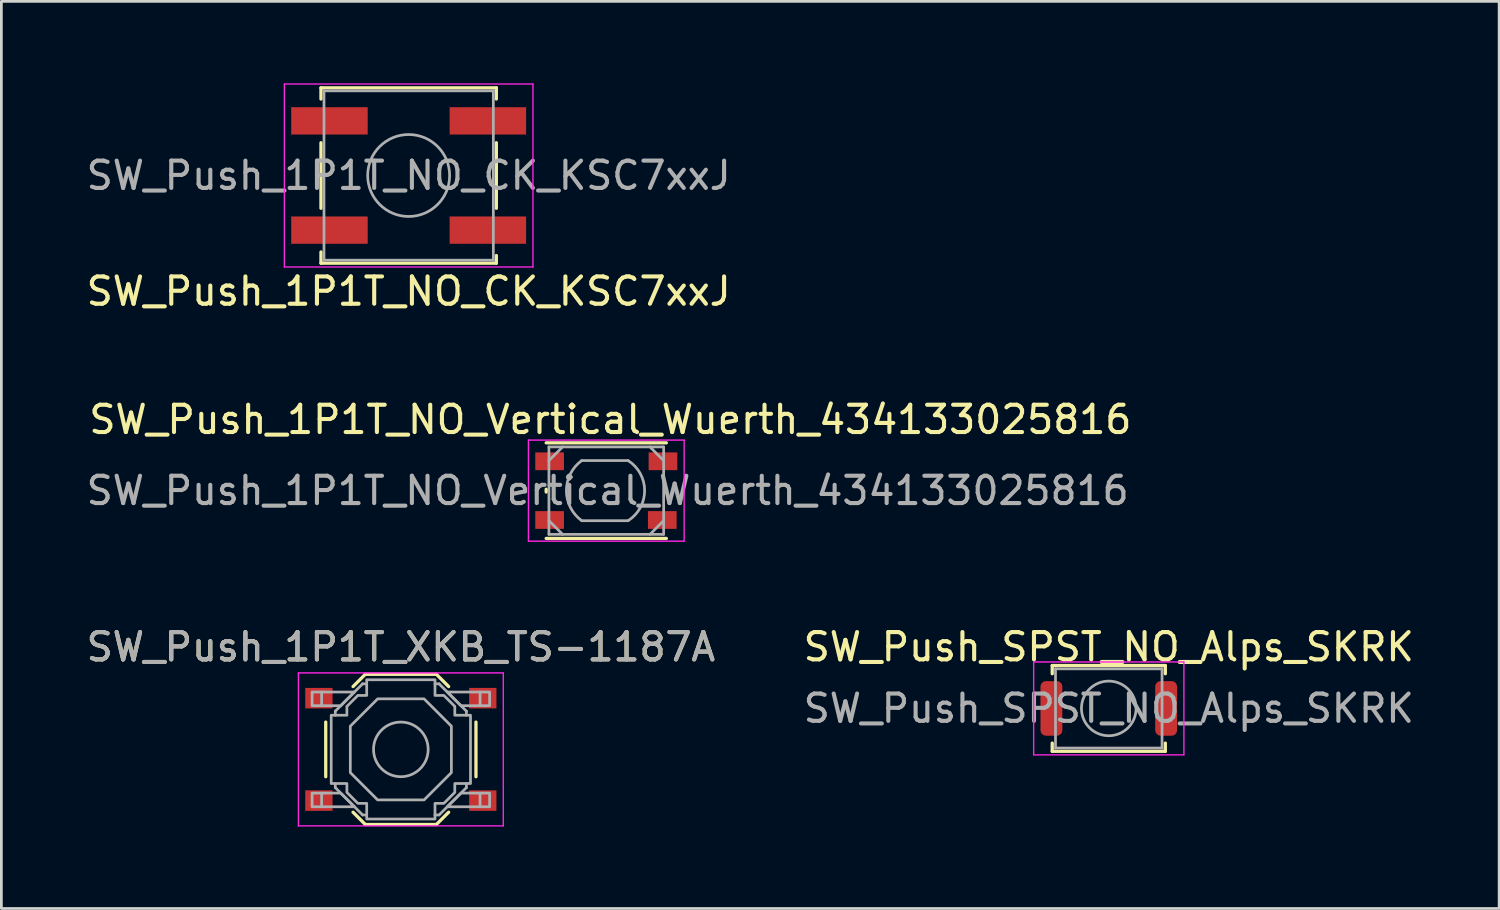
<source format=kicad_pcb>
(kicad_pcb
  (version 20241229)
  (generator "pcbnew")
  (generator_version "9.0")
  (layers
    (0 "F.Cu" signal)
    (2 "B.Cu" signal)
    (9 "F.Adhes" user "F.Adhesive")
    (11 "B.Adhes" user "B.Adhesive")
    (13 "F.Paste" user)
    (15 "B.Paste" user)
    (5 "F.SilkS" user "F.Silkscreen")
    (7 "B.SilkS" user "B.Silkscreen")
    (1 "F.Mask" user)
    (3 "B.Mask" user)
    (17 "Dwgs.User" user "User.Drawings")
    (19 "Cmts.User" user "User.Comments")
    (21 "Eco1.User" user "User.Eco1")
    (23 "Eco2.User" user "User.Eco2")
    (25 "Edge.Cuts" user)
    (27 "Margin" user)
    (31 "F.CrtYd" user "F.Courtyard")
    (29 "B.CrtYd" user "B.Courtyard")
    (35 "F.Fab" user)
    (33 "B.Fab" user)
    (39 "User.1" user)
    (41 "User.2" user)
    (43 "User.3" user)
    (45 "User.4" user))
  (footprint "SW_Push_SPST_NO_Alps_SKRK"
    (layer "F.Cu")
    (at 37.542 22.885)
    (property "Reference" "SW_Push_SPST_NO_Alps_SKRK" (at 0 -2.25 0) (layer "F.SilkS") (effects (font (size 1 1) (thickness 0.15))))
    (attr smd)
    (fp_line (start -2.07 -1.57) (end 2.07 -1.57) (stroke (width 0.12) (type solid)) (layer "F.SilkS"))
    (fp_line (start -2.07 -1.27) (end -2.07 -1.57) (stroke (width 0.12) (type solid)) (layer "F.SilkS"))
    (fp_line (start -2.07 1.57) (end -2.07 1.27) (stroke (width 0.12) (type solid)) (layer "F.SilkS"))
    (fp_line (start 2.07 -1.57) (end 2.07 -1.27) (stroke (width 0.12) (type solid)) (layer "F.SilkS"))
    (fp_line (start 2.07 1.27) (end 2.07 1.57) (stroke (width 0.12) (type solid)) (layer "F.SilkS"))
    (fp_line (start 2.07 1.57) (end -2.07 1.57) (stroke (width 0.12) (type solid)) (layer "F.SilkS"))
    (fp_line (start -2.75 -1.7) (end 2.75 -1.7) (stroke (width 0.05) (type solid)) (layer "F.CrtYd"))
    (fp_line (start -2.75 1.7) (end -2.75 -1.7) (stroke (width 0.05) (type solid)) (layer "F.CrtYd"))
    (fp_line (start 2.75 -1.7) (end 2.75 1.7) (stroke (width 0.05) (type solid)) (layer "F.CrtYd"))
    (fp_line (start 2.75 1.7) (end -2.75 1.7) (stroke (width 0.05) (type solid)) (layer "F.CrtYd"))
    (fp_line (start -1.95 -1.45) (end 1.95 -1.45) (stroke (width 0.1) (type solid)) (layer "F.Fab"))
    (fp_line (start -1.95 1.45) (end -1.95 -1.45) (stroke (width 0.1) (type solid)) (layer "F.Fab"))
    (fp_line (start 1.95 -1.45) (end 1.95 1.45) (stroke (width 0.1) (type solid)) (layer "F.Fab"))
    (fp_line (start 1.95 1.45) (end -1.95 1.45) (stroke (width 0.1) (type solid)) (layer "F.Fab"))
    (fp_circle (center 0 0) (end 1 0) (stroke (width 0.1) (type solid)) (fill no) (layer "F.Fab"))
    (fp_text user "${REFERENCE}" (at 0 0 0) (layer "F.Fab") (effects (font (size 1 1) (thickness 0.15))))
    (pad "1" smd roundrect (at -2.1 0) (size 0.8 2) (layers "F.Cu" "F.Mask" "F.Paste") (roundrect_rratio 0.25))
    (pad "2" smd roundrect (at 2.1 0) (size 0.8 2) (layers "F.Cu" "F.Mask" "F.Paste") (roundrect_rratio 0.25)))
  (footprint "SW_Push_1P1T_NO_CK_KSC7xxJ"
    (layer "F.Cu")
    (at 11.911 3.375)
    (property "Reference" "SW_Push_1P1T_NO_CK_KSC7xxJ" (at 0 4.24 0) (layer "F.SilkS") (effects (font (size 1 1) (thickness 0.15))))
    (attr smd)
    (fp_line (start -3.21 -3.21) (end -3.21 -2.8) (stroke (width 0.12) (type solid)) (layer "F.SilkS"))
    (fp_line (start -3.21 -1.2) (end -3.21 1.2) (stroke (width 0.12) (type solid)) (layer "F.SilkS"))
    (fp_line (start -3.21 2.8) (end -3.21 3.21) (stroke (width 0.12) (type solid)) (layer "F.SilkS"))
    (fp_line (start -3.21 3.21) (end 3.21 3.21) (stroke (width 0.12) (type solid)) (layer "F.SilkS"))
    (fp_line (start 3.21 -3.21) (end -3.21 -3.21) (stroke (width 0.12) (type solid)) (layer "F.SilkS"))
    (fp_line (start 3.21 -2.8) (end 3.21 -3.21) (stroke (width 0.12) (type solid)) (layer "F.SilkS"))
    (fp_line (start 3.21 1.2) (end 3.21 -1.2) (stroke (width 0.12) (type solid)) (layer "F.SilkS"))
    (fp_line (start 3.21 3.21) (end 3.21 2.93) (stroke (width 0.12) (type solid)) (layer "F.SilkS"))
    (fp_line (start -4.55 -3.35) (end 4.55 -3.35) (stroke (width 0.05) (type solid)) (layer "F.CrtYd"))
    (fp_line (start -4.55 3.35) (end -4.55 -3.35) (stroke (width 0.05) (type solid)) (layer "F.CrtYd"))
    (fp_line (start 4.55 -3.35) (end 4.55 3.35) (stroke (width 0.05) (type solid)) (layer "F.CrtYd"))
    (fp_line (start 4.55 3.35) (end -4.55 3.35) (stroke (width 0.05) (type solid)) (layer "F.CrtYd"))
    (fp_line (start -3.1 -3.1) (end 3.1 -3.1) (stroke (width 0.1) (type solid)) (layer "F.Fab"))
    (fp_line (start -3.1 3.1) (end -3.1 -3.1) (stroke (width 0.1) (type solid)) (layer "F.Fab"))
    (fp_line (start 3.1 -3.1) (end 3.1 3.1) (stroke (width 0.1) (type solid)) (layer "F.Fab"))
    (fp_line (start 3.1 3.1) (end -3.1 3.1) (stroke (width 0.1) (type solid)) (layer "F.Fab"))
    (fp_circle (center 0 0) (end 1.5 0) (stroke (width 0.1) (type solid)) (fill no) (layer "F.Fab"))
    (fp_text user "${REFERENCE}" (at 0 0 0) (layer "F.Fab") (effects (font (size 1 1) (thickness 0.15))))
    (pad "1" smd rect (at -2.9 -2) (size 2.8 1) (layers "F.Cu" "F.Mask" "F.Paste"))
    (pad "1" smd rect (at 2.9 -2) (size 2.8 1) (layers "F.Cu" "F.Mask" "F.Paste"))
    (pad "2" smd rect (at -2.9 2) (size 2.8 1) (layers "F.Cu" "F.Mask" "F.Paste"))
    (pad "2" smd rect (at 2.9 2) (size 2.8 1) (layers "F.Cu" "F.Mask" "F.Paste")))
  (footprint "SW_Push_1P1T_XKB_TS-1187A"
    (layer "F.Cu")
    (at 11.625 24.385)
    (property "Reference" "SW_Push_1P1T_XKB_TS-1187A" (at 0 -3.75 0) (layer "F.SilkS") (effects (font (size 1 1) (thickness 0.15))))
    (attr smd)
    (fp_line (start -2.75 -1) (end -2.75 1) (stroke (width 0.12) (type solid)) (layer "F.SilkS"))
    (fp_line (start -1.75 -2.3) (end -1.3 -2.75) (stroke (width 0.12) (type solid)) (layer "F.SilkS"))
    (fp_line (start -1.75 2.3) (end -1.3 2.75) (stroke (width 0.12) (type solid)) (layer "F.SilkS"))
    (fp_line (start -1.3 -2.75) (end 1.3 -2.75) (stroke (width 0.12) (type solid)) (layer "F.SilkS"))
    (fp_line (start -1.3 2.75) (end 1.3 2.75) (stroke (width 0.12) (type solid)) (layer "F.SilkS"))
    (fp_line (start 1.75 -2.3) (end 1.3 -2.75) (stroke (width 0.12) (type solid)) (layer "F.SilkS"))
    (fp_line (start 1.75 2.3) (end 1.3 2.75) (stroke (width 0.12) (type solid)) (layer "F.SilkS"))
    (fp_line (start 2.75 -1) (end 2.75 1) (stroke (width 0.12) (type solid)) (layer "F.SilkS"))
    (fp_line (start -3.75 -2.8) (end 3.75 -2.8) (stroke (width 0.05) (type solid)) (layer "F.CrtYd"))
    (fp_line (start -3.75 2.8) (end -3.75 -2.8) (stroke (width 0.05) (type solid)) (layer "F.CrtYd"))
    (fp_line (start 3.75 -2.8) (end 3.75 2.8) (stroke (width 0.05) (type solid)) (layer "F.CrtYd"))
    (fp_line (start 3.75 2.8) (end -3.75 2.8) (stroke (width 0.05) (type solid)) (layer "F.CrtYd"))
    (fp_line (start -2.9 -2.1) (end -2.9 -1.6) (stroke (width 0.1) (type solid)) (layer "F.Fab"))
    (fp_line (start -2.9 2.1) (end -2.9 1.6) (stroke (width 0.1) (type solid)) (layer "F.Fab"))
    (fp_line (start -2.4 -1.4) (end -1.4 -2.4) (stroke (width 0.1) (type solid)) (layer "F.Fab"))
    (fp_line (start -2.4 -1.25) (end -2.4 -1.4) (stroke (width 0.1) (type solid)) (layer "F.Fab"))
    (fp_line (start -2.4 1.4) (end -2.4 1.25) (stroke (width 0.1) (type solid)) (layer "F.Fab"))
    (fp_line (start -1.4 -2.4) (end -1.25 -2.4) (stroke (width 0.1) (type solid)) (layer "F.Fab"))
    (fp_line (start -1.4 2.4) (end -2.4 1.4) (stroke (width 0.1) (type solid)) (layer "F.Fab"))
    (fp_line (start -1.25 2.4) (end -1.4 2.4) (stroke (width 0.1) (type solid)) (layer "F.Fab"))
    (fp_line (start 1.25 -2.4) (end 1.4 -2.4) (stroke (width 0.1) (type solid)) (layer "F.Fab"))
    (fp_line (start 1.4 -2.4) (end 2.4 -1.4) (stroke (width 0.1) (type solid)) (layer "F.Fab"))
    (fp_line (start 1.4 2.4) (end 1.25 2.4) (stroke (width 0.1) (type solid)) (layer "F.Fab"))
    (fp_line (start 2.4 -1.4) (end 2.4 -1.25) (stroke (width 0.1) (type solid)) (layer "F.Fab"))
    (fp_line (start 2.4 1.25) (end 2.4 1.4) (stroke (width 0.1) (type solid)) (layer "F.Fab"))
    (fp_line (start 2.4 1.4) (end 1.4 2.4) (stroke (width 0.1) (type solid)) (layer "F.Fab"))
    (fp_line (start 2.9 -2.1) (end 2.9 -1.6) (stroke (width 0.1) (type solid)) (layer "F.Fab"))
    (fp_line (start 2.9 2.1) (end 2.9 1.6) (stroke (width 0.1) (type solid)) (layer "F.Fab"))
    (fp_circle (center 0 0) (end 1 0) (stroke (width 0.1) (type solid)) (fill no) (layer "F.Fab"))
    (fp_poly (pts (xy -1.7 -2.1) (xy -2.2 -1.6) (xy -3.25 -1.6) (xy -3.25 -2.1)) (stroke (width 0.1) (type solid)) (fill no) (layer "F.Fab"))
    (fp_poly (pts (xy -1.7 2.1) (xy -2.2 1.6) (xy -3.25 1.6) (xy -3.25 2.1)) (stroke (width 0.1) (type solid)) (fill no) (layer "F.Fab"))
    (fp_poly (pts (xy 1.7 -2.1) (xy 2.2 -1.6) (xy 3.25 -1.6) (xy 3.25 -2.1)) (stroke (width 0.1) (type solid)) (fill no) (layer "F.Fab"))
    (fp_poly (pts (xy 1.7 2.1) (xy 2.2 1.6) (xy 3.25 1.6) (xy 3.25 2.1)) (stroke (width 0.1) (type solid)) (fill no) (layer "F.Fab"))
    (fp_poly (pts (xy 0.85 -1.85) (xy 1.85 -0.85) (xy 1.85 0.85) (xy 0.85 1.85) (xy -0.85 1.85) (xy -1.85 0.85) (xy -1.85 -0.85) (xy -0.85 -1.85)) (stroke (width 0.1) (type solid)) (fill no) (layer "F.Fab"))
    (fp_poly (pts (xy -1.25 -2.55) (xy 1.25 -2.55) (xy 1.25 -1.975) (xy 1.575 -1.975) (xy 1.975 -1.575) (xy 1.975 -1.25) (xy 2.55 -1.25) (xy 2.55 1.25) (xy 1.975 1.25) (xy 1.975 1.575) (xy 1.575 1.975) (xy 1.25 1.975) (xy 1.25 2.55) (xy -1.25 2.55) (xy -1.25 1.975) (xy -1.575 1.975) (xy -1.975 1.575) (xy -1.975 1.25) (xy -2.55 1.25) (xy -2.55 -1.25) (xy -1.975 -1.25) (xy -1.975 -1.575) (xy -1.575 -1.975) (xy -1.25 -1.975)) (stroke (width 0.1) (type solid)) (fill no) (layer "F.Fab"))
    (fp_text user "${REFERENCE}" (at 0 -3.75 0) (layer "F.Fab") (effects (font (size 1 1) (thickness 0.15))))
    (pad "1" smd rect (at -3 -1.875) (size 1 0.75) (layers "F.Cu" "F.Mask" "F.Paste"))
    (pad "1" smd rect (at 3 -1.875) (size 1 0.75) (layers "F.Cu" "F.Mask" "F.Paste"))
    (pad "2" smd rect (at -3 1.875) (size 1 0.75) (layers "F.Cu" "F.Mask" "F.Paste"))
    (pad "2" smd rect (at 3 1.875) (size 1 0.75) (layers "F.Cu" "F.Mask" "F.Paste")))
  (footprint "SW_Push_1P1T_NO_Vertical_Wuerth_434133025816"
    (layer "F.Cu")
    (at 19.146 14.912)
    (property "Reference" "SW_Push_1P1T_NO_Vertical_Wuerth_434133025816" (at 0.15 -2.6 0) (layer "F.SilkS") (effects (font (size 1 1) (thickness 0.15))))
    (attr smd)
    (fp_line (start -2.2 0.05) (end -2.2 -0.05) (stroke (width 0.12) (type solid)) (layer "F.SilkS"))
    (fp_line (start -2.2 1.75) (end 2.2 1.75) (stroke (width 0.12) (type solid)) (layer "F.SilkS"))
    (fp_line (start 2.2 -1.75) (end -2.2 -1.75) (stroke (width 0.12) (type solid)) (layer "F.SilkS"))
    (fp_line (start 2.2 0.05) (end 2.2 -0.05) (stroke (width 0.12) (type solid)) (layer "F.SilkS"))
    (fp_line (start -2.85 -1.85) (end 2.85 -1.85) (stroke (width 0.05) (type solid)) (layer "F.CrtYd"))
    (fp_line (start -2.85 1.85) (end -2.85 -1.85) (stroke (width 0.05) (type solid)) (layer "F.CrtYd"))
    (fp_line (start 2.85 -1.85) (end 2.85 1.85) (stroke (width 0.05) (type solid)) (layer "F.CrtYd"))
    (fp_line (start 2.85 1.85) (end -2.85 1.85) (stroke (width 0.05) (type solid)) (layer "F.CrtYd"))
    (fp_line (start -2.1 -1.6) (end 2.1 -1.6) (stroke (width 0.1) (type solid)) (layer "F.Fab"))
    (fp_line (start -2.1 -1.1) (end -1.6 -1.6) (stroke (width 0.1) (type solid)) (layer "F.Fab"))
    (fp_line (start -2.1 1.1) (end -1.6 1.6) (stroke (width 0.1) (type solid)) (layer "F.Fab"))
    (fp_line (start -2.1 1.6) (end -2.1 -1.6) (stroke (width 0.1) (type solid)) (layer "F.Fab"))
    (fp_line (start -0.9 -1.1) (end 0.8 -1.1) (stroke (width 0.1) (type solid)) (layer "F.Fab"))
    (fp_line (start 0.8 1.1) (end -0.9 1.1) (stroke (width 0.1) (type solid)) (layer "F.Fab"))
    (fp_line (start 1.6 -1.6) (end 2.1 -1.1) (stroke (width 0.1) (type solid)) (layer "F.Fab"))
    (fp_line (start 1.6 1.6) (end 2.1 1.1) (stroke (width 0.1) (type solid)) (layer "F.Fab"))
    (fp_line (start 2.1 -1.6) (end 2.1 1.6) (stroke (width 0.1) (type solid)) (layer "F.Fab"))
    (fp_line (start 2.1 1.6) (end -2.1 1.6) (stroke (width 0.1) (type solid)) (layer "F.Fab"))
    (fp_arc (start -0.9 1.099999) (mid -1.460147 0) (end -0.9 -1.099999) (stroke (width 0.1) (type solid)) (layer "F.Fab"))
    (fp_arc (start 0.8 -1.099999) (mid 1.40384 0) (end 0.799999 1.099999) (stroke (width 0.1) (type solid)) (layer "F.Fab"))
    (fp_text user "${REFERENCE}" (at 0.05 0 0) (layer "F.Fab") (effects (font (size 1 1) (thickness 0.15))))
    (pad "1" smd rect (at -2.075 -1.075) (size 1.05 0.65) (layers "F.Cu" "F.Mask" "F.Paste"))
    (pad "1" smd rect (at 2.075 -1.075) (size 1.05 0.65) (layers "F.Cu" "F.Mask" "F.Paste"))
    (pad "2" smd rect (at -2.075 1.075) (size 1.05 0.65) (layers "F.Cu" "F.Mask" "F.Paste"))
    (pad "2" smd rect (at 2.05 1.075) (size 1.05 0.65) (layers "F.Cu" "F.Mask" "F.Paste")))
  (gr_rect
    (start -3 -3)
    (end 51.833 30.21)
    (stroke (width 0.1) (type default))
    (fill no)
    (layer "Edge.Cuts")))
</source>
